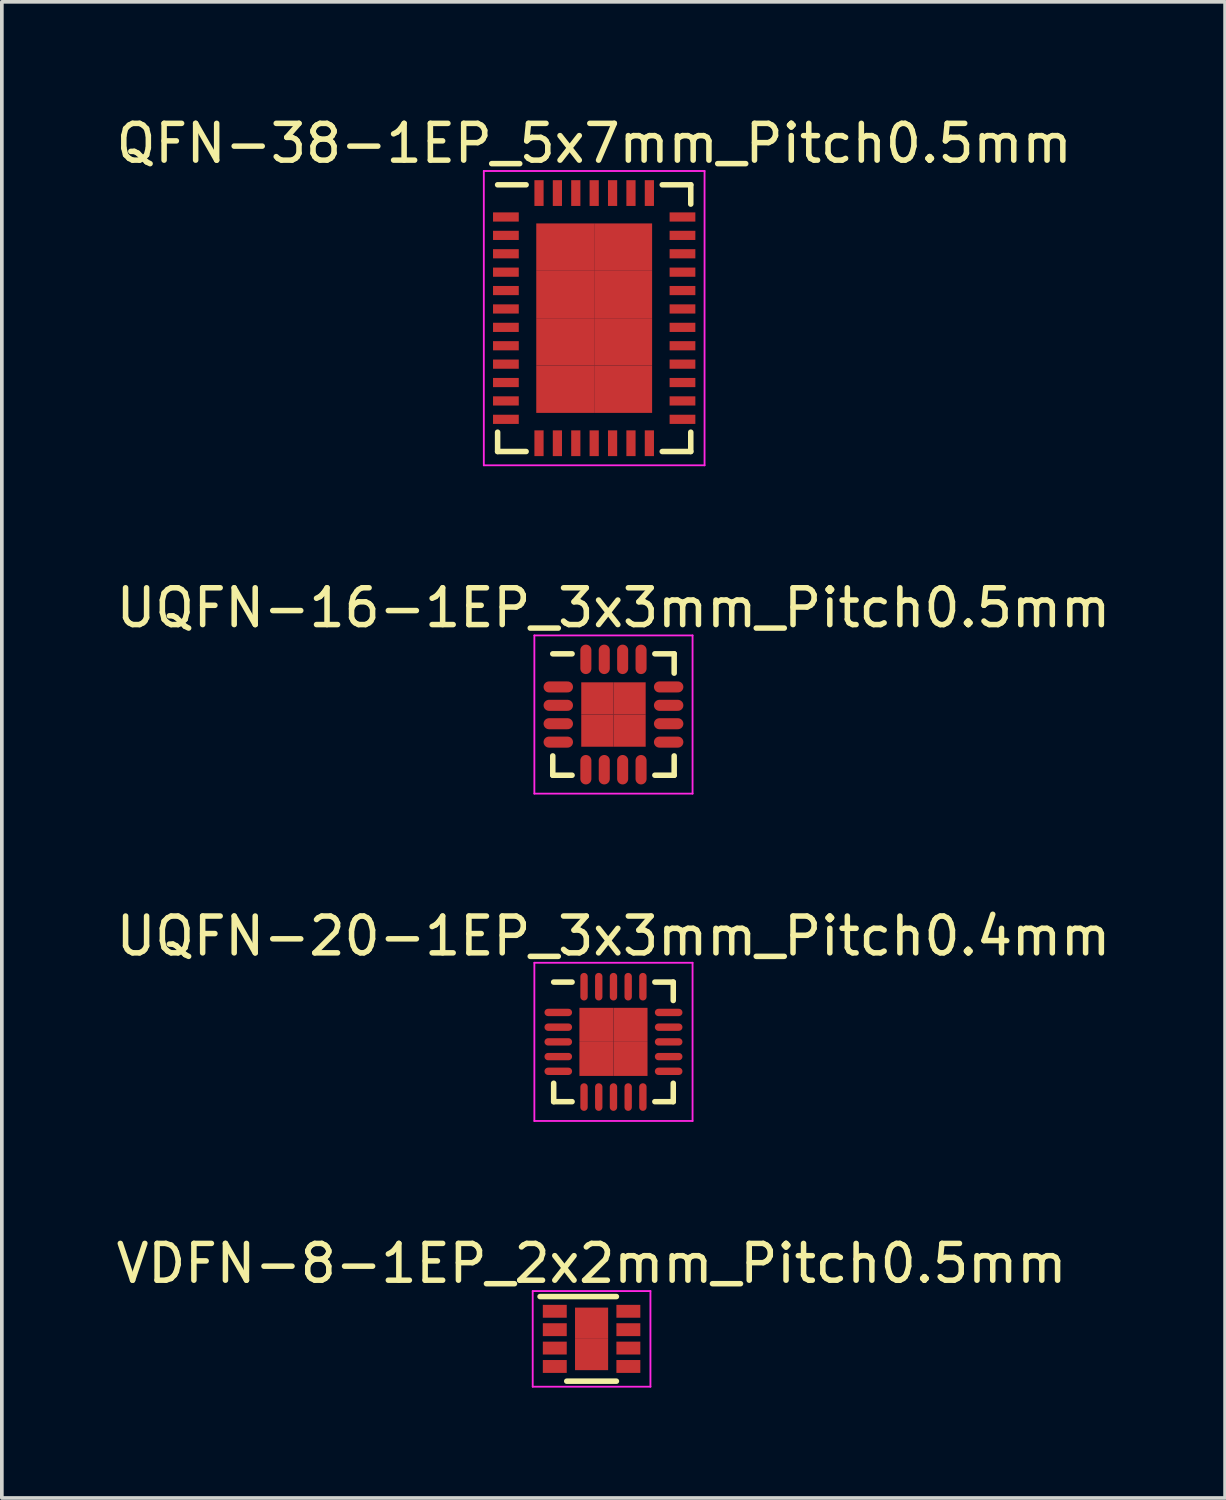
<source format=kicad_pcb>
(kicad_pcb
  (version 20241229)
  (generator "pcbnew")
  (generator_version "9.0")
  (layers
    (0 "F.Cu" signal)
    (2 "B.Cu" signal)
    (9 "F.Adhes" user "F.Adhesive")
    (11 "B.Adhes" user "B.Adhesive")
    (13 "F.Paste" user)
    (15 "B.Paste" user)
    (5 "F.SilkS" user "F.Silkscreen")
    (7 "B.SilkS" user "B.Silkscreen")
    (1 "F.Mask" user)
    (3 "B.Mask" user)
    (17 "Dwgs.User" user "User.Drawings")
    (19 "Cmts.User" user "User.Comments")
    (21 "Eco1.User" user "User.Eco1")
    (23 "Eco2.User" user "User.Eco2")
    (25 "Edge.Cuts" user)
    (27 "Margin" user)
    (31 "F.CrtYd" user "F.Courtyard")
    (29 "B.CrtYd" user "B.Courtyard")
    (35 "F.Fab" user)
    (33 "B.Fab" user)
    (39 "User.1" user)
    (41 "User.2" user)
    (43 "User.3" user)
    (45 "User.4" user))
  (footprint "VDFN-8-1EP_2x2mm_Pitch0.5mm"
    (layer "F.Cu")
    (at 13.03 33.343)
    (property "Reference" "VDFN-8-1EP_2x2mm_Pitch0.5mm" (at 0 -2.05 0) (layer "F.SilkS") (effects (font (size 1 1) (thickness 0.15))))
    (attr smd)
    (fp_line (start -1.4 -1.15) (end 0.675 -1.15) (stroke (width 0.15) (type solid)) (layer "F.SilkS"))
    (fp_line (start -0.675 1.15) (end 0.675 1.15) (stroke (width 0.15) (type solid)) (layer "F.SilkS"))
    (fp_line (start -1.6 -1.3) (end -1.6 1.3) (stroke (width 0.05) (type solid)) (layer "F.CrtYd"))
    (fp_line (start -1.6 -1.3) (end 1.6 -1.3) (stroke (width 0.05) (type solid)) (layer "F.CrtYd"))
    (fp_line (start -1.6 1.3) (end 1.6 1.3) (stroke (width 0.05) (type solid)) (layer "F.CrtYd"))
    (fp_line (start 1.6 -1.3) (end 1.6 1.3) (stroke (width 0.05) (type solid)) (layer "F.CrtYd"))
    (pad "1" smd rect (at -1 -0.75) (size 0.65 0.35) (layers "F.Cu" "F.Mask" "F.Paste"))
    (pad "2" smd rect (at -1 -0.25) (size 0.65 0.35) (layers "F.Cu" "F.Mask" "F.Paste"))
    (pad "3" smd rect (at -1 0.25) (size 0.65 0.35) (layers "F.Cu" "F.Mask" "F.Paste"))
    (pad "4" smd rect (at -1 0.75) (size 0.65 0.35) (layers "F.Cu" "F.Mask" "F.Paste"))
    (pad "5" smd rect (at 1 0.75) (size 0.65 0.35) (layers "F.Cu" "F.Mask" "F.Paste"))
    (pad "6" smd rect (at 1 0.25) (size 0.65 0.35) (layers "F.Cu" "F.Mask" "F.Paste"))
    (pad "7" smd rect (at 1 -0.25) (size 0.65 0.35) (layers "F.Cu" "F.Mask" "F.Paste"))
    (pad "8" smd rect (at 1 -0.75) (size 0.65 0.35) (layers "F.Cu" "F.Mask" "F.Paste"))
    (pad "9" smd rect (at 0 -0.425) (size 0.9 0.85) (layers "F.Cu" "F.Mask" "F.Paste"))
    (pad "9" smd rect (at 0 0.425) (size 0.9 0.85) (layers "F.Cu" "F.Mask" "F.Paste")))
  (footprint "UQFN-20-1EP_3x3mm_Pitch0.4mm"
    (layer "F.Cu")
    (at 13.625 25.27)
    (property "Reference" "UQFN-20-1EP_3x3mm_Pitch0.4mm" (at 0 -2.875 0) (layer "F.SilkS") (effects (font (size 1 1) (thickness 0.15))))
    (attr smd)
    (fp_line (start -1.625 -1.625) (end -1.125 -1.625) (stroke (width 0.15) (type solid)) (layer "F.SilkS"))
    (fp_line (start -1.625 1.625) (end -1.625 1.125) (stroke (width 0.15) (type solid)) (layer "F.SilkS"))
    (fp_line (start -1.625 1.625) (end -1.125 1.625) (stroke (width 0.15) (type solid)) (layer "F.SilkS"))
    (fp_line (start 1.625 -1.625) (end 1.125 -1.625) (stroke (width 0.15) (type solid)) (layer "F.SilkS"))
    (fp_line (start 1.625 -1.625) (end 1.625 -1.125) (stroke (width 0.15) (type solid)) (layer "F.SilkS"))
    (fp_line (start 1.625 1.625) (end 1.125 1.625) (stroke (width 0.15) (type solid)) (layer "F.SilkS"))
    (fp_line (start 1.625 1.625) (end 1.625 1.125) (stroke (width 0.15) (type solid)) (layer "F.SilkS"))
    (fp_line (start -2.15 -2.15) (end -2.15 2.15) (stroke (width 0.05) (type solid)) (layer "F.CrtYd"))
    (fp_line (start -2.15 -2.15) (end 2.15 -2.15) (stroke (width 0.05) (type solid)) (layer "F.CrtYd"))
    (fp_line (start -2.15 2.15) (end 2.15 2.15) (stroke (width 0.05) (type solid)) (layer "F.CrtYd"))
    (fp_line (start 2.15 -2.15) (end 2.15 2.15) (stroke (width 0.05) (type solid)) (layer "F.CrtYd"))
    (pad "1" smd oval (at -1.5 -0.8) (size 0.75 0.2) (layers "F.Cu" "F.Mask" "F.Paste"))
    (pad "2" smd oval (at -1.5 -0.4) (size 0.75 0.2) (layers "F.Cu" "F.Mask" "F.Paste"))
    (pad "3" smd oval (at -1.5 0) (size 0.75 0.2) (layers "F.Cu" "F.Mask" "F.Paste"))
    (pad "4" smd oval (at -1.5 0.4) (size 0.75 0.2) (layers "F.Cu" "F.Mask" "F.Paste"))
    (pad "5" smd oval (at -1.5 0.8) (size 0.75 0.2) (layers "F.Cu" "F.Mask" "F.Paste"))
    (pad "6" smd oval (at -0.8 1.5 90) (size 0.75 0.2) (layers "F.Cu" "F.Mask" "F.Paste"))
    (pad "7" smd oval (at -0.4 1.5 90) (size 0.75 0.2) (layers "F.Cu" "F.Mask" "F.Paste"))
    (pad "8" smd oval (at 0 1.5 90) (size 0.75 0.2) (layers "F.Cu" "F.Mask" "F.Paste"))
    (pad "9" smd oval (at 0.4 1.5 90) (size 0.75 0.2) (layers "F.Cu" "F.Mask" "F.Paste"))
    (pad "10" smd oval (at 0.8 1.5 90) (size 0.75 0.2) (layers "F.Cu" "F.Mask" "F.Paste"))
    (pad "11" smd oval (at 1.5 0.8) (size 0.75 0.2) (layers "F.Cu" "F.Mask" "F.Paste"))
    (pad "12" smd oval (at 1.5 0.4) (size 0.75 0.2) (layers "F.Cu" "F.Mask" "F.Paste"))
    (pad "13" smd oval (at 1.5 0) (size 0.75 0.2) (layers "F.Cu" "F.Mask" "F.Paste"))
    (pad "14" smd oval (at 1.5 -0.4) (size 0.75 0.2) (layers "F.Cu" "F.Mask" "F.Paste"))
    (pad "15" smd oval (at 1.5 -0.8) (size 0.75 0.2) (layers "F.Cu" "F.Mask" "F.Paste"))
    (pad "16" smd oval (at 0.8 -1.5 90) (size 0.75 0.2) (layers "F.Cu" "F.Mask" "F.Paste"))
    (pad "17" smd oval (at 0.4 -1.5 90) (size 0.75 0.2) (layers "F.Cu" "F.Mask" "F.Paste"))
    (pad "18" smd oval (at 0 -1.5 90) (size 0.75 0.2) (layers "F.Cu" "F.Mask" "F.Paste"))
    (pad "19" smd oval (at -0.4 -1.5 90) (size 0.75 0.2) (layers "F.Cu" "F.Mask" "F.Paste"))
    (pad "20" smd oval (at -0.8 -1.5 90) (size 0.75 0.2) (layers "F.Cu" "F.Mask" "F.Paste"))
    (pad "21" smd rect (at -0.463 -0.463) (size 0.925 0.925) (layers "F.Cu" "F.Mask" "F.Paste"))
    (pad "21" smd rect (at -0.463 0.463) (size 0.925 0.925) (layers "F.Cu" "F.Mask" "F.Paste"))
    (pad "21" smd rect (at 0.463 -0.463) (size 0.925 0.925) (layers "F.Cu" "F.Mask" "F.Paste"))
    (pad "21" smd rect (at 0.463 0.463) (size 0.925 0.925) (layers "F.Cu" "F.Mask" "F.Paste")))
  (footprint "QFN-38-1EP_5x7mm_Pitch0.5mm"
    (layer "F.Cu")
    (at 13.101 5.598)
    (property "Reference" "QFN-38-1EP_5x7mm_Pitch0.5mm" (at 0 -4.75 0) (layer "F.SilkS") (effects (font (size 1 1) (thickness 0.15))))
    (attr smd)
    (fp_line (start -2.625 -3.625) (end -1.85 -3.625) (stroke (width 0.15) (type solid)) (layer "F.SilkS"))
    (fp_line (start -2.625 3.625) (end -2.625 3.1) (stroke (width 0.15) (type solid)) (layer "F.SilkS"))
    (fp_line (start -2.625 3.625) (end -1.85 3.625) (stroke (width 0.15) (type solid)) (layer "F.SilkS"))
    (fp_line (start 2.625 -3.625) (end 1.85 -3.625) (stroke (width 0.15) (type solid)) (layer "F.SilkS"))
    (fp_line (start 2.625 -3.625) (end 2.625 -3.1) (stroke (width 0.15) (type solid)) (layer "F.SilkS"))
    (fp_line (start 2.625 3.625) (end 1.85 3.625) (stroke (width 0.15) (type solid)) (layer "F.SilkS"))
    (fp_line (start 2.625 3.625) (end 2.625 3.1) (stroke (width 0.15) (type solid)) (layer "F.SilkS"))
    (fp_line (start -3 -4) (end -3 4) (stroke (width 0.05) (type solid)) (layer "F.CrtYd"))
    (fp_line (start -3 -4) (end 3 -4) (stroke (width 0.05) (type solid)) (layer "F.CrtYd"))
    (fp_line (start -3 4) (end 3 4) (stroke (width 0.05) (type solid)) (layer "F.CrtYd"))
    (fp_line (start 3 -4) (end 3 4) (stroke (width 0.05) (type solid)) (layer "F.CrtYd"))
    (pad "1" smd rect (at -2.4 -2.75) (size 0.7 0.25) (layers "F.Cu" "F.Mask" "F.Paste"))
    (pad "2" smd rect (at -2.4 -2.25) (size 0.7 0.25) (layers "F.Cu" "F.Mask" "F.Paste"))
    (pad "3" smd rect (at -2.4 -1.75) (size 0.7 0.25) (layers "F.Cu" "F.Mask" "F.Paste"))
    (pad "4" smd rect (at -2.4 -1.25) (size 0.7 0.25) (layers "F.Cu" "F.Mask" "F.Paste"))
    (pad "5" smd rect (at -2.4 -0.75) (size 0.7 0.25) (layers "F.Cu" "F.Mask" "F.Paste"))
    (pad "6" smd rect (at -2.4 -0.25) (size 0.7 0.25) (layers "F.Cu" "F.Mask" "F.Paste"))
    (pad "7" smd rect (at -2.4 0.25) (size 0.7 0.25) (layers "F.Cu" "F.Mask" "F.Paste"))
    (pad "8" smd rect (at -2.4 0.75) (size 0.7 0.25) (layers "F.Cu" "F.Mask" "F.Paste"))
    (pad "9" smd rect (at -2.4 1.25) (size 0.7 0.25) (layers "F.Cu" "F.Mask" "F.Paste"))
    (pad "10" smd rect (at -2.4 1.75) (size 0.7 0.25) (layers "F.Cu" "F.Mask" "F.Paste"))
    (pad "11" smd rect (at -2.4 2.25) (size 0.7 0.25) (layers "F.Cu" "F.Mask" "F.Paste"))
    (pad "12" smd rect (at -2.4 2.75) (size 0.7 0.25) (layers "F.Cu" "F.Mask" "F.Paste"))
    (pad "13" smd rect (at -1.5 3.4 90) (size 0.7 0.25) (layers "F.Cu" "F.Mask" "F.Paste"))
    (pad "14" smd rect (at -1 3.4 90) (size 0.7 0.25) (layers "F.Cu" "F.Mask" "F.Paste"))
    (pad "15" smd rect (at -0.5 3.4 90) (size 0.7 0.25) (layers "F.Cu" "F.Mask" "F.Paste"))
    (pad "16" smd rect (at 0 3.4 90) (size 0.7 0.25) (layers "F.Cu" "F.Mask" "F.Paste"))
    (pad "17" smd rect (at 0.5 3.4 90) (size 0.7 0.25) (layers "F.Cu" "F.Mask" "F.Paste"))
    (pad "18" smd rect (at 1 3.4 90) (size 0.7 0.25) (layers "F.Cu" "F.Mask" "F.Paste"))
    (pad "19" smd rect (at 1.5 3.4 90) (size 0.7 0.25) (layers "F.Cu" "F.Mask" "F.Paste"))
    (pad "20" smd rect (at 2.4 2.75) (size 0.7 0.25) (layers "F.Cu" "F.Mask" "F.Paste"))
    (pad "21" smd rect (at 2.4 2.25) (size 0.7 0.25) (layers "F.Cu" "F.Mask" "F.Paste"))
    (pad "22" smd rect (at 2.4 1.75) (size 0.7 0.25) (layers "F.Cu" "F.Mask" "F.Paste"))
    (pad "23" smd rect (at 2.4 1.25) (size 0.7 0.25) (layers "F.Cu" "F.Mask" "F.Paste"))
    (pad "24" smd rect (at 2.4 0.75) (size 0.7 0.25) (layers "F.Cu" "F.Mask" "F.Paste"))
    (pad "25" smd rect (at 2.4 0.25) (size 0.7 0.25) (layers "F.Cu" "F.Mask" "F.Paste"))
    (pad "26" smd rect (at 2.4 -0.25) (size 0.7 0.25) (layers "F.Cu" "F.Mask" "F.Paste"))
    (pad "27" smd rect (at 2.4 -0.75) (size 0.7 0.25) (layers "F.Cu" "F.Mask" "F.Paste"))
    (pad "28" smd rect (at 2.4 -1.25) (size 0.7 0.25) (layers "F.Cu" "F.Mask" "F.Paste"))
    (pad "29" smd rect (at 2.4 -1.75) (size 0.7 0.25) (layers "F.Cu" "F.Mask" "F.Paste"))
    (pad "30" smd rect (at 2.4 -2.25) (size 0.7 0.25) (layers "F.Cu" "F.Mask" "F.Paste"))
    (pad "31" smd rect (at 2.4 -2.75) (size 0.7 0.25) (layers "F.Cu" "F.Mask" "F.Paste"))
    (pad "32" smd rect (at 1.5 -3.4 90) (size 0.7 0.25) (layers "F.Cu" "F.Mask" "F.Paste"))
    (pad "33" smd rect (at 1 -3.4 90) (size 0.7 0.25) (layers "F.Cu" "F.Mask" "F.Paste"))
    (pad "34" smd rect (at 0.5 -3.4 90) (size 0.7 0.25) (layers "F.Cu" "F.Mask" "F.Paste"))
    (pad "35" smd rect (at 0 -3.4 90) (size 0.7 0.25) (layers "F.Cu" "F.Mask" "F.Paste"))
    (pad "36" smd rect (at -0.5 -3.4 90) (size 0.7 0.25) (layers "F.Cu" "F.Mask" "F.Paste"))
    (pad "37" smd rect (at -1 -3.4 90) (size 0.7 0.25) (layers "F.Cu" "F.Mask" "F.Paste"))
    (pad "38" smd rect (at -1.5 -3.4 90) (size 0.7 0.25) (layers "F.Cu" "F.Mask" "F.Paste"))
    (pad "39" smd rect (at -0.787 -1.931) (size 1.575 1.288) (layers "F.Cu" "F.Mask" "F.Paste"))
    (pad "39" smd rect (at -0.787 -0.644) (size 1.575 1.288) (layers "F.Cu" "F.Mask" "F.Paste"))
    (pad "39" smd rect (at -0.787 0.644) (size 1.575 1.288) (layers "F.Cu" "F.Mask" "F.Paste"))
    (pad "39" smd rect (at -0.787 1.931) (size 1.575 1.288) (layers "F.Cu" "F.Mask" "F.Paste"))
    (pad "39" smd rect (at 0.787 -1.931) (size 1.575 1.288) (layers "F.Cu" "F.Mask" "F.Paste"))
    (pad "39" smd rect (at 0.787 -0.644) (size 1.575 1.288) (layers "F.Cu" "F.Mask" "F.Paste"))
    (pad "39" smd rect (at 0.787 0.644) (size 1.575 1.288) (layers "F.Cu" "F.Mask" "F.Paste"))
    (pad "39" smd rect (at 0.787 1.931) (size 1.575 1.288) (layers "F.Cu" "F.Mask" "F.Paste")))
  (footprint "UQFN-16-1EP_3x3mm_Pitch0.5mm"
    (layer "F.Cu")
    (at 13.625 16.372)
    (property "Reference" "UQFN-16-1EP_3x3mm_Pitch0.5mm" (at 0 -2.9 0) (layer "F.SilkS") (effects (font (size 1 1) (thickness 0.15))))
    (attr smd)
    (fp_line (start -1.65 -1.65) (end -1.125 -1.65) (stroke (width 0.15) (type solid)) (layer "F.SilkS"))
    (fp_line (start -1.65 1.65) (end -1.65 1.125) (stroke (width 0.15) (type solid)) (layer "F.SilkS"))
    (fp_line (start -1.65 1.65) (end -1.125 1.65) (stroke (width 0.15) (type solid)) (layer "F.SilkS"))
    (fp_line (start 1.65 -1.65) (end 1.125 -1.65) (stroke (width 0.15) (type solid)) (layer "F.SilkS"))
    (fp_line (start 1.65 -1.65) (end 1.65 -1.125) (stroke (width 0.15) (type solid)) (layer "F.SilkS"))
    (fp_line (start 1.65 1.65) (end 1.125 1.65) (stroke (width 0.15) (type solid)) (layer "F.SilkS"))
    (fp_line (start 1.65 1.65) (end 1.65 1.125) (stroke (width 0.15) (type solid)) (layer "F.SilkS"))
    (fp_line (start -2.15 -2.15) (end -2.15 2.15) (stroke (width 0.05) (type solid)) (layer "F.CrtYd"))
    (fp_line (start -2.15 -2.15) (end 2.15 -2.15) (stroke (width 0.05) (type solid)) (layer "F.CrtYd"))
    (fp_line (start -2.15 2.15) (end 2.15 2.15) (stroke (width 0.05) (type solid)) (layer "F.CrtYd"))
    (fp_line (start 2.15 -2.15) (end 2.15 2.15) (stroke (width 0.05) (type solid)) (layer "F.CrtYd"))
    (pad "1" smd oval (at -1.5 -0.75) (size 0.8 0.3) (layers "F.Cu" "F.Mask" "F.Paste"))
    (pad "2" smd oval (at -1.5 -0.25) (size 0.8 0.3) (layers "F.Cu" "F.Mask" "F.Paste"))
    (pad "3" smd oval (at -1.5 0.25) (size 0.8 0.3) (layers "F.Cu" "F.Mask" "F.Paste"))
    (pad "4" smd oval (at -1.5 0.75) (size 0.8 0.3) (layers "F.Cu" "F.Mask" "F.Paste"))
    (pad "5" smd oval (at -0.75 1.5 90) (size 0.8 0.3) (layers "F.Cu" "F.Mask" "F.Paste"))
    (pad "6" smd oval (at -0.25 1.5 90) (size 0.8 0.3) (layers "F.Cu" "F.Mask" "F.Paste"))
    (pad "7" smd oval (at 0.25 1.5 90) (size 0.8 0.3) (layers "F.Cu" "F.Mask" "F.Paste"))
    (pad "8" smd oval (at 0.75 1.5 90) (size 0.8 0.3) (layers "F.Cu" "F.Mask" "F.Paste"))
    (pad "9" smd oval (at 1.5 0.75) (size 0.8 0.3) (layers "F.Cu" "F.Mask" "F.Paste"))
    (pad "10" smd oval (at 1.5 0.25) (size 0.8 0.3) (layers "F.Cu" "F.Mask" "F.Paste"))
    (pad "11" smd oval (at 1.5 -0.25) (size 0.8 0.3) (layers "F.Cu" "F.Mask" "F.Paste"))
    (pad "12" smd oval (at 1.5 -0.75) (size 0.8 0.3) (layers "F.Cu" "F.Mask" "F.Paste"))
    (pad "13" smd oval (at 0.75 -1.5 90) (size 0.8 0.3) (layers "F.Cu" "F.Mask" "F.Paste"))
    (pad "14" smd oval (at 0.25 -1.5 90) (size 0.8 0.3) (layers "F.Cu" "F.Mask" "F.Paste"))
    (pad "15" smd oval (at -0.25 -1.5 90) (size 0.8 0.3) (layers "F.Cu" "F.Mask" "F.Paste"))
    (pad "16" smd oval (at -0.75 -1.5 90) (size 0.8 0.3) (layers "F.Cu" "F.Mask" "F.Paste"))
    (pad "17" smd rect (at -0.438 -0.438) (size 0.875 0.875) (layers "F.Cu" "F.Mask" "F.Paste"))
    (pad "17" smd rect (at -0.438 0.438) (size 0.875 0.875) (layers "F.Cu" "F.Mask" "F.Paste"))
    (pad "17" smd rect (at 0.438 -0.438) (size 0.875 0.875) (layers "F.Cu" "F.Mask" "F.Paste"))
    (pad "17" smd rect (at 0.438 0.438) (size 0.875 0.875) (layers "F.Cu" "F.Mask" "F.Paste")))
  (gr_rect
    (start -3 -3)
    (end 30.25 37.668)
    (stroke (width 0.1) (type default))
    (fill no)
    (layer "Edge.Cuts")))
</source>
